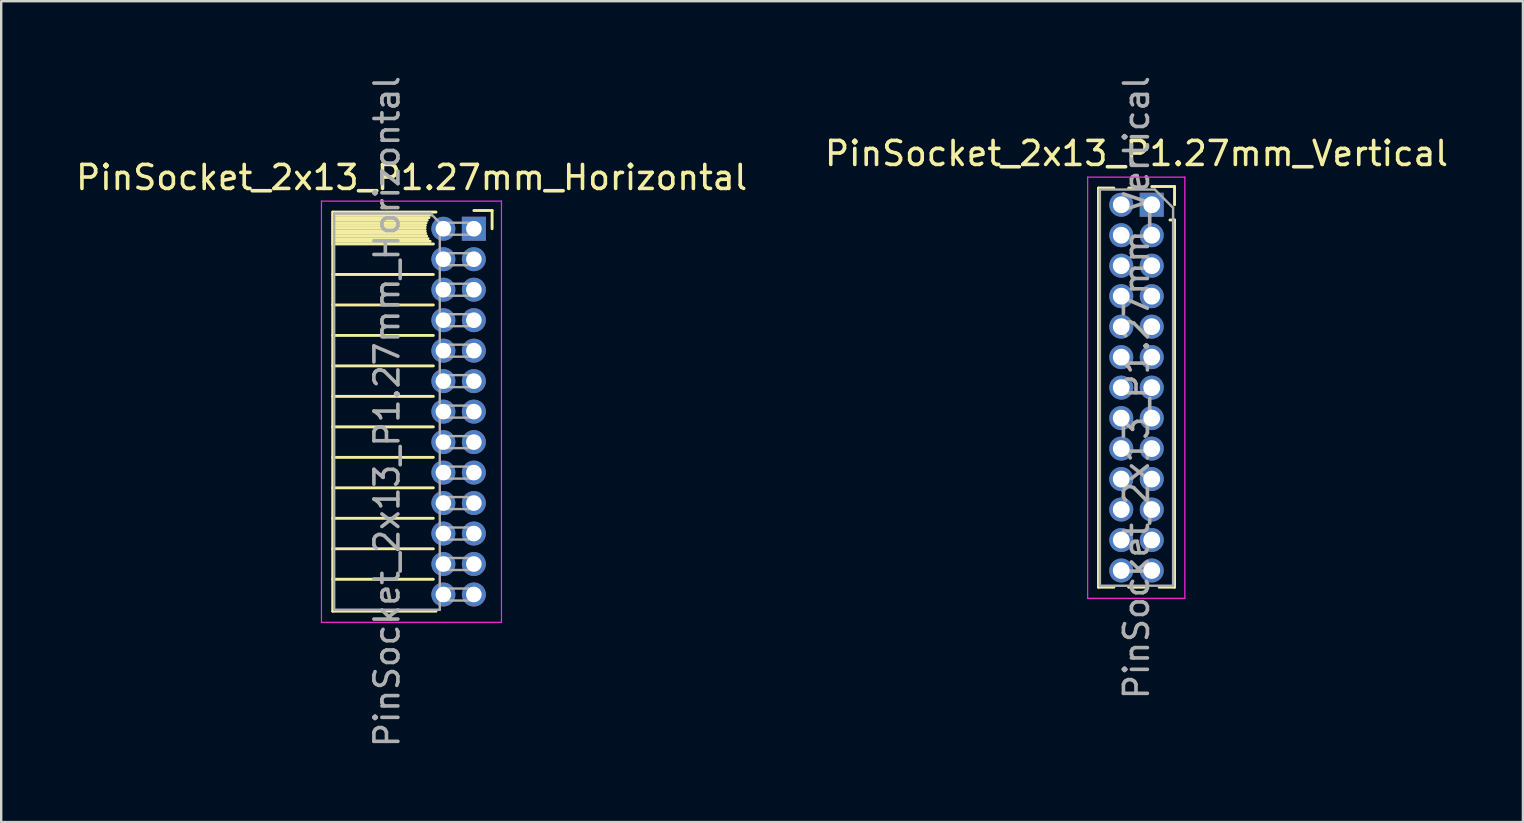
<source format=kicad_pcb>
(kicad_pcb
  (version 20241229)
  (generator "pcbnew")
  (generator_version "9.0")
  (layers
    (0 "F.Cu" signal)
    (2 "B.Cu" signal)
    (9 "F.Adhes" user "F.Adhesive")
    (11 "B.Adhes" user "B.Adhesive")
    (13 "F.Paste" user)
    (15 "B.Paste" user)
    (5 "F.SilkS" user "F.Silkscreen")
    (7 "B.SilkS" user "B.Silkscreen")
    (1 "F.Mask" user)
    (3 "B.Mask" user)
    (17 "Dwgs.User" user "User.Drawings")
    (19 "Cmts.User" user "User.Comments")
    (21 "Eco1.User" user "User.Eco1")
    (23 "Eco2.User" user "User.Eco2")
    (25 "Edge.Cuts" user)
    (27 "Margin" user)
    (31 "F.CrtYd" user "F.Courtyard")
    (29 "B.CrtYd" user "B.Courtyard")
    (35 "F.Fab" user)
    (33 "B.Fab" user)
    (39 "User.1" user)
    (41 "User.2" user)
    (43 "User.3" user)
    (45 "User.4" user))
  (footprint "PinSocket_2x13_P1.27mm_Horizontal"
    (layer "F.Cu")
    (at 16.694 6.481)
    (property "Reference" "PinSocket_2x13_P1.27mm_Horizontal" (at -2.592 -2.135 0) (layer "F.SilkS") (effects (font (size 1 1) (thickness 0.15))))
    (attr through_hole)
    (fp_line (start -5.88 -0.695) (end -5.88 15.935) (stroke (width 0.12) (type solid)) (layer "F.SilkS"))
    (fp_line (start -5.88 -0.695) (end -1.578 -0.695) (stroke (width 0.12) (type solid)) (layer "F.SilkS"))
    (fp_line (start -5.88 -0.575) (end -1.767 -0.575) (stroke (width 0.12) (type solid)) (layer "F.SilkS"))
    (fp_line (start -5.88 -0.465) (end -1.871 -0.465) (stroke (width 0.12) (type solid)) (layer "F.SilkS"))
    (fp_line (start -5.88 -0.355) (end -1.942 -0.355) (stroke (width 0.12) (type solid)) (layer "F.SilkS"))
    (fp_line (start -5.88 -0.245) (end -1.989 -0.245) (stroke (width 0.12) (type solid)) (layer "F.SilkS"))
    (fp_line (start -5.88 -0.135) (end -2.018 -0.135) (stroke (width 0.12) (type solid)) (layer "F.SilkS"))
    (fp_line (start -5.88 -0.025) (end -2.03 -0.025) (stroke (width 0.12) (type solid)) (layer "F.SilkS"))
    (fp_line (start -5.88 0.085) (end -2.025 0.085) (stroke (width 0.12) (type solid)) (layer "F.SilkS"))
    (fp_line (start -5.88 0.195) (end -2.005 0.195) (stroke (width 0.12) (type solid)) (layer "F.SilkS"))
    (fp_line (start -5.88 0.305) (end -1.966 0.305) (stroke (width 0.12) (type solid)) (layer "F.SilkS"))
    (fp_line (start -5.88 0.415) (end -1.907 0.415) (stroke (width 0.12) (type solid)) (layer "F.SilkS"))
    (fp_line (start -5.88 0.525) (end -1.82 0.525) (stroke (width 0.12) (type solid)) (layer "F.SilkS"))
    (fp_line (start -5.88 0.635) (end -1.688 0.635) (stroke (width 0.12) (type solid)) (layer "F.SilkS"))
    (fp_line (start -5.88 1.905) (end -1.688 1.905) (stroke (width 0.12) (type solid)) (layer "F.SilkS"))
    (fp_line (start -5.88 3.175) (end -1.688 3.175) (stroke (width 0.12) (type solid)) (layer "F.SilkS"))
    (fp_line (start -5.88 4.445) (end -1.688 4.445) (stroke (width 0.12) (type solid)) (layer "F.SilkS"))
    (fp_line (start -5.88 5.715) (end -1.688 5.715) (stroke (width 0.12) (type solid)) (layer "F.SilkS"))
    (fp_line (start -5.88 6.985) (end -1.688 6.985) (stroke (width 0.12) (type solid)) (layer "F.SilkS"))
    (fp_line (start -5.88 8.255) (end -1.688 8.255) (stroke (width 0.12) (type solid)) (layer "F.SilkS"))
    (fp_line (start -5.88 9.525) (end -1.688 9.525) (stroke (width 0.12) (type solid)) (layer "F.SilkS"))
    (fp_line (start -5.88 10.795) (end -1.688 10.795) (stroke (width 0.12) (type solid)) (layer "F.SilkS"))
    (fp_line (start -5.88 12.065) (end -1.688 12.065) (stroke (width 0.12) (type solid)) (layer "F.SilkS"))
    (fp_line (start -5.88 13.335) (end -1.688 13.335) (stroke (width 0.12) (type solid)) (layer "F.SilkS"))
    (fp_line (start -5.88 14.605) (end -1.688 14.605) (stroke (width 0.12) (type solid)) (layer "F.SilkS"))
    (fp_line (start -5.88 15.935) (end -1.578 15.935) (stroke (width 0.12) (type solid)) (layer "F.SilkS"))
    (fp_line (start 0 -0.76) (end 0.76 -0.76) (stroke (width 0.12) (type solid)) (layer "F.SilkS"))
    (fp_line (start 0.76 -0.76) (end 0.76 0) (stroke (width 0.12) (type solid)) (layer "F.SilkS"))
    (fp_line (start -6.35 -1.15) (end -6.35 16.4) (stroke (width 0.05) (type solid)) (layer "F.CrtYd"))
    (fp_line (start -6.35 16.4) (end 1.15 16.4) (stroke (width 0.05) (type solid)) (layer "F.CrtYd"))
    (fp_line (start 1.15 -1.15) (end -6.35 -1.15) (stroke (width 0.05) (type solid)) (layer "F.CrtYd"))
    (fp_line (start 1.15 16.4) (end 1.15 -1.15) (stroke (width 0.05) (type solid)) (layer "F.CrtYd"))
    (fp_line (start -5.82 -0.635) (end -1.805 -0.635) (stroke (width 0.1) (type solid)) (layer "F.Fab"))
    (fp_line (start -5.82 15.875) (end -5.82 -0.635) (stroke (width 0.1) (type solid)) (layer "F.Fab"))
    (fp_line (start -1.805 -0.635) (end -1.42 -0.25) (stroke (width 0.1) (type solid)) (layer "F.Fab"))
    (fp_line (start -1.42 -0.25) (end -1.42 15.875) (stroke (width 0.1) (type solid)) (layer "F.Fab"))
    (fp_line (start -1.42 0.25) (end 0 0.25) (stroke (width 0.1) (type solid)) (layer "F.Fab"))
    (fp_line (start -1.42 1.52) (end 0 1.52) (stroke (width 0.1) (type solid)) (layer "F.Fab"))
    (fp_line (start -1.42 2.79) (end 0 2.79) (stroke (width 0.1) (type solid)) (layer "F.Fab"))
    (fp_line (start -1.42 4.06) (end 0 4.06) (stroke (width 0.1) (type solid)) (layer "F.Fab"))
    (fp_line (start -1.42 5.33) (end 0 5.33) (stroke (width 0.1) (type solid)) (layer "F.Fab"))
    (fp_line (start -1.42 6.6) (end 0 6.6) (stroke (width 0.1) (type solid)) (layer "F.Fab"))
    (fp_line (start -1.42 7.87) (end 0 7.87) (stroke (width 0.1) (type solid)) (layer "F.Fab"))
    (fp_line (start -1.42 9.14) (end 0 9.14) (stroke (width 0.1) (type solid)) (layer "F.Fab"))
    (fp_line (start -1.42 10.41) (end 0 10.41) (stroke (width 0.1) (type solid)) (layer "F.Fab"))
    (fp_line (start -1.42 11.68) (end 0 11.68) (stroke (width 0.1) (type solid)) (layer "F.Fab"))
    (fp_line (start -1.42 12.95) (end 0 12.95) (stroke (width 0.1) (type solid)) (layer "F.Fab"))
    (fp_line (start -1.42 14.22) (end 0 14.22) (stroke (width 0.1) (type solid)) (layer "F.Fab"))
    (fp_line (start -1.42 15.49) (end 0 15.49) (stroke (width 0.1) (type solid)) (layer "F.Fab"))
    (fp_line (start -1.42 15.875) (end -5.82 15.875) (stroke (width 0.1) (type solid)) (layer "F.Fab"))
    (fp_line (start 0 -0.25) (end -1.42 -0.25) (stroke (width 0.1) (type solid)) (layer "F.Fab"))
    (fp_line (start 0 0.25) (end 0 -0.25) (stroke (width 0.1) (type solid)) (layer "F.Fab"))
    (fp_line (start 0 1.02) (end -1.42 1.02) (stroke (width 0.1) (type solid)) (layer "F.Fab"))
    (fp_line (start 0 1.52) (end 0 1.02) (stroke (width 0.1) (type solid)) (layer "F.Fab"))
    (fp_line (start 0 2.29) (end -1.42 2.29) (stroke (width 0.1) (type solid)) (layer "F.Fab"))
    (fp_line (start 0 2.79) (end 0 2.29) (stroke (width 0.1) (type solid)) (layer "F.Fab"))
    (fp_line (start 0 3.56) (end -1.42 3.56) (stroke (width 0.1) (type solid)) (layer "F.Fab"))
    (fp_line (start 0 4.06) (end 0 3.56) (stroke (width 0.1) (type solid)) (layer "F.Fab"))
    (fp_line (start 0 4.83) (end -1.42 4.83) (stroke (width 0.1) (type solid)) (layer "F.Fab"))
    (fp_line (start 0 5.33) (end 0 4.83) (stroke (width 0.1) (type solid)) (layer "F.Fab"))
    (fp_line (start 0 6.1) (end -1.42 6.1) (stroke (width 0.1) (type solid)) (layer "F.Fab"))
    (fp_line (start 0 6.6) (end 0 6.1) (stroke (width 0.1) (type solid)) (layer "F.Fab"))
    (fp_line (start 0 7.37) (end -1.42 7.37) (stroke (width 0.1) (type solid)) (layer "F.Fab"))
    (fp_line (start 0 7.87) (end 0 7.37) (stroke (width 0.1) (type solid)) (layer "F.Fab"))
    (fp_line (start 0 8.64) (end -1.42 8.64) (stroke (width 0.1) (type solid)) (layer "F.Fab"))
    (fp_line (start 0 9.14) (end 0 8.64) (stroke (width 0.1) (type solid)) (layer "F.Fab"))
    (fp_line (start 0 9.91) (end -1.42 9.91) (stroke (width 0.1) (type solid)) (layer "F.Fab"))
    (fp_line (start 0 10.41) (end 0 9.91) (stroke (width 0.1) (type solid)) (layer "F.Fab"))
    (fp_line (start 0 11.18) (end -1.42 11.18) (stroke (width 0.1) (type solid)) (layer "F.Fab"))
    (fp_line (start 0 11.68) (end 0 11.18) (stroke (width 0.1) (type solid)) (layer "F.Fab"))
    (fp_line (start 0 12.45) (end -1.42 12.45) (stroke (width 0.1) (type solid)) (layer "F.Fab"))
    (fp_line (start 0 12.95) (end 0 12.45) (stroke (width 0.1) (type solid)) (layer "F.Fab"))
    (fp_line (start 0 13.72) (end -1.42 13.72) (stroke (width 0.1) (type solid)) (layer "F.Fab"))
    (fp_line (start 0 14.22) (end 0 13.72) (stroke (width 0.1) (type solid)) (layer "F.Fab"))
    (fp_line (start 0 14.99) (end -1.42 14.99) (stroke (width 0.1) (type solid)) (layer "F.Fab"))
    (fp_line (start 0 15.49) (end 0 14.99) (stroke (width 0.1) (type solid)) (layer "F.Fab"))
    (fp_text user "${REFERENCE}" (at -3.62 7.62 90) (layer "F.Fab") (effects (font (size 1 1) (thickness 0.15))))
    (pad "1" thru_hole rect (at 0 0) (size 1 1) (drill 0.65) (layers "*.Cu" "*.Mask"))
    (pad "2" thru_hole oval (at -1.27 0) (size 1 1) (drill 0.65) (layers "*.Cu" "*.Mask"))
    (pad "3" thru_hole oval (at 0 1.27) (size 1 1) (drill 0.65) (layers "*.Cu" "*.Mask"))
    (pad "4" thru_hole oval (at -1.27 1.27) (size 1 1) (drill 0.65) (layers "*.Cu" "*.Mask"))
    (pad "5" thru_hole oval (at 0 2.54) (size 1 1) (drill 0.65) (layers "*.Cu" "*.Mask"))
    (pad "6" thru_hole oval (at -1.27 2.54) (size 1 1) (drill 0.65) (layers "*.Cu" "*.Mask"))
    (pad "7" thru_hole oval (at 0 3.81) (size 1 1) (drill 0.65) (layers "*.Cu" "*.Mask"))
    (pad "8" thru_hole oval (at -1.27 3.81) (size 1 1) (drill 0.65) (layers "*.Cu" "*.Mask"))
    (pad "9" thru_hole oval (at 0 5.08) (size 1 1) (drill 0.65) (layers "*.Cu" "*.Mask"))
    (pad "10" thru_hole oval (at -1.27 5.08) (size 1 1) (drill 0.65) (layers "*.Cu" "*.Mask"))
    (pad "11" thru_hole oval (at 0 6.35) (size 1 1) (drill 0.65) (layers "*.Cu" "*.Mask"))
    (pad "12" thru_hole oval (at -1.27 6.35) (size 1 1) (drill 0.65) (layers "*.Cu" "*.Mask"))
    (pad "13" thru_hole oval (at 0 7.62) (size 1 1) (drill 0.65) (layers "*.Cu" "*.Mask"))
    (pad "14" thru_hole oval (at -1.27 7.62) (size 1 1) (drill 0.65) (layers "*.Cu" "*.Mask"))
    (pad "15" thru_hole oval (at 0 8.89) (size 1 1) (drill 0.65) (layers "*.Cu" "*.Mask"))
    (pad "16" thru_hole oval (at -1.27 8.89) (size 1 1) (drill 0.65) (layers "*.Cu" "*.Mask"))
    (pad "17" thru_hole oval (at 0 10.16) (size 1 1) (drill 0.65) (layers "*.Cu" "*.Mask"))
    (pad "18" thru_hole oval (at -1.27 10.16) (size 1 1) (drill 0.65) (layers "*.Cu" "*.Mask"))
    (pad "19" thru_hole oval (at 0 11.43) (size 1 1) (drill 0.65) (layers "*.Cu" "*.Mask"))
    (pad "20" thru_hole oval (at -1.27 11.43) (size 1 1) (drill 0.65) (layers "*.Cu" "*.Mask"))
    (pad "21" thru_hole oval (at 0 12.7) (size 1 1) (drill 0.65) (layers "*.Cu" "*.Mask"))
    (pad "22" thru_hole oval (at -1.27 12.7) (size 1 1) (drill 0.65) (layers "*.Cu" "*.Mask"))
    (pad "23" thru_hole oval (at 0 13.97) (size 1 1) (drill 0.65) (layers "*.Cu" "*.Mask"))
    (pad "24" thru_hole oval (at -1.27 13.97) (size 1 1) (drill 0.65) (layers "*.Cu" "*.Mask"))
    (pad "25" thru_hole oval (at 0 15.24) (size 1 1) (drill 0.65) (layers "*.Cu" "*.Mask"))
    (pad "26" thru_hole oval (at -1.27 15.24) (size 1 1) (drill 0.65) (layers "*.Cu" "*.Mask")))
  (footprint "PinSocket_2x13_P1.27mm_Vertical"
    (layer "F.Cu")
    (at 44.939 5.481)
    (property "Reference" "PinSocket_2x13_P1.27mm_Vertical" (at -0.635 -2.135 0) (layer "F.SilkS") (effects (font (size 1 1) (thickness 0.15))))
    (attr through_hole)
    (fp_line (start -2.22 -0.695) (end -2.22 15.935) (stroke (width 0.12) (type solid)) (layer "F.SilkS"))
    (fp_line (start -2.22 -0.695) (end -1.578 -0.695) (stroke (width 0.12) (type solid)) (layer "F.SilkS"))
    (fp_line (start -2.22 15.935) (end -1.578 15.935) (stroke (width 0.12) (type solid)) (layer "F.SilkS"))
    (fp_line (start -0.962 -0.695) (end -0.76 -0.695) (stroke (width 0.12) (type solid)) (layer "F.SilkS"))
    (fp_line (start -0.962 15.935) (end -0.308 15.935) (stroke (width 0.12) (type solid)) (layer "F.SilkS"))
    (fp_line (start 0 -0.76) (end 0.95 -0.76) (stroke (width 0.12) (type solid)) (layer "F.SilkS"))
    (fp_line (start 0.308 15.935) (end 0.95 15.935) (stroke (width 0.12) (type solid)) (layer "F.SilkS"))
    (fp_line (start 0.76 0.635) (end 0.95 0.635) (stroke (width 0.12) (type solid)) (layer "F.SilkS"))
    (fp_line (start 0.95 -0.76) (end 0.95 0) (stroke (width 0.12) (type solid)) (layer "F.SilkS"))
    (fp_line (start 0.95 0.635) (end 0.95 15.935) (stroke (width 0.12) (type solid)) (layer "F.SilkS"))
    (fp_line (start -2.67 -1.15) (end 1.38 -1.15) (stroke (width 0.05) (type solid)) (layer "F.CrtYd"))
    (fp_line (start -2.67 16.4) (end -2.67 -1.15) (stroke (width 0.05) (type solid)) (layer "F.CrtYd"))
    (fp_line (start 1.38 -1.15) (end 1.38 16.4) (stroke (width 0.05) (type solid)) (layer "F.CrtYd"))
    (fp_line (start 1.38 16.4) (end -2.67 16.4) (stroke (width 0.05) (type solid)) (layer "F.CrtYd"))
    (fp_line (start -2.16 -0.635) (end 0.128 -0.635) (stroke (width 0.1) (type solid)) (layer "F.Fab"))
    (fp_line (start -2.16 15.875) (end -2.16 -0.635) (stroke (width 0.1) (type solid)) (layer "F.Fab"))
    (fp_line (start 0.128 -0.635) (end 0.89 0.128) (stroke (width 0.1) (type solid)) (layer "F.Fab"))
    (fp_line (start 0.89 0.128) (end 0.89 15.875) (stroke (width 0.1) (type solid)) (layer "F.Fab"))
    (fp_line (start 0.89 15.875) (end -2.16 15.875) (stroke (width 0.1) (type solid)) (layer "F.Fab"))
    (fp_text user "${REFERENCE}" (at -0.635 7.62 90) (layer "F.Fab") (effects (font (size 1 1) (thickness 0.15))))
    (pad "1" thru_hole rect (at 0 0) (size 1 1) (drill 0.7) (layers "*.Cu" "*.Mask"))
    (pad "2" thru_hole oval (at -1.27 0) (size 1 1) (drill 0.7) (layers "*.Cu" "*.Mask"))
    (pad "3" thru_hole oval (at 0 1.27) (size 1 1) (drill 0.7) (layers "*.Cu" "*.Mask"))
    (pad "4" thru_hole oval (at -1.27 1.27) (size 1 1) (drill 0.7) (layers "*.Cu" "*.Mask"))
    (pad "5" thru_hole oval (at 0 2.54) (size 1 1) (drill 0.7) (layers "*.Cu" "*.Mask"))
    (pad "6" thru_hole oval (at -1.27 2.54) (size 1 1) (drill 0.7) (layers "*.Cu" "*.Mask"))
    (pad "7" thru_hole oval (at 0 3.81) (size 1 1) (drill 0.7) (layers "*.Cu" "*.Mask"))
    (pad "8" thru_hole oval (at -1.27 3.81) (size 1 1) (drill 0.7) (layers "*.Cu" "*.Mask"))
    (pad "9" thru_hole oval (at 0 5.08) (size 1 1) (drill 0.7) (layers "*.Cu" "*.Mask"))
    (pad "10" thru_hole oval (at -1.27 5.08) (size 1 1) (drill 0.7) (layers "*.Cu" "*.Mask"))
    (pad "11" thru_hole oval (at 0 6.35) (size 1 1) (drill 0.7) (layers "*.Cu" "*.Mask"))
    (pad "12" thru_hole oval (at -1.27 6.35) (size 1 1) (drill 0.7) (layers "*.Cu" "*.Mask"))
    (pad "13" thru_hole oval (at 0 7.62) (size 1 1) (drill 0.7) (layers "*.Cu" "*.Mask"))
    (pad "14" thru_hole oval (at -1.27 7.62) (size 1 1) (drill 0.7) (layers "*.Cu" "*.Mask"))
    (pad "15" thru_hole oval (at 0 8.89) (size 1 1) (drill 0.7) (layers "*.Cu" "*.Mask"))
    (pad "16" thru_hole oval (at -1.27 8.89) (size 1 1) (drill 0.7) (layers "*.Cu" "*.Mask"))
    (pad "17" thru_hole oval (at 0 10.16) (size 1 1) (drill 0.7) (layers "*.Cu" "*.Mask"))
    (pad "18" thru_hole oval (at -1.27 10.16) (size 1 1) (drill 0.7) (layers "*.Cu" "*.Mask"))
    (pad "19" thru_hole oval (at 0 11.43) (size 1 1) (drill 0.7) (layers "*.Cu" "*.Mask"))
    (pad "20" thru_hole oval (at -1.27 11.43) (size 1 1) (drill 0.7) (layers "*.Cu" "*.Mask"))
    (pad "21" thru_hole oval (at 0 12.7) (size 1 1) (drill 0.7) (layers "*.Cu" "*.Mask"))
    (pad "22" thru_hole oval (at -1.27 12.7) (size 1 1) (drill 0.7) (layers "*.Cu" "*.Mask"))
    (pad "23" thru_hole oval (at 0 13.97) (size 1 1) (drill 0.7) (layers "*.Cu" "*.Mask"))
    (pad "24" thru_hole oval (at -1.27 13.97) (size 1 1) (drill 0.7) (layers "*.Cu" "*.Mask"))
    (pad "25" thru_hole oval (at 0 15.24) (size 1 1) (drill 0.7) (layers "*.Cu" "*.Mask"))
    (pad "26" thru_hole oval (at -1.27 15.24) (size 1 1) (drill 0.7) (layers "*.Cu" "*.Mask")))
  (gr_rect
    (start -3 -3)
    (end 60.405 31.202)
    (stroke (width 0.1) (type default))
    (fill no)
    (layer "Edge.Cuts")))
</source>
